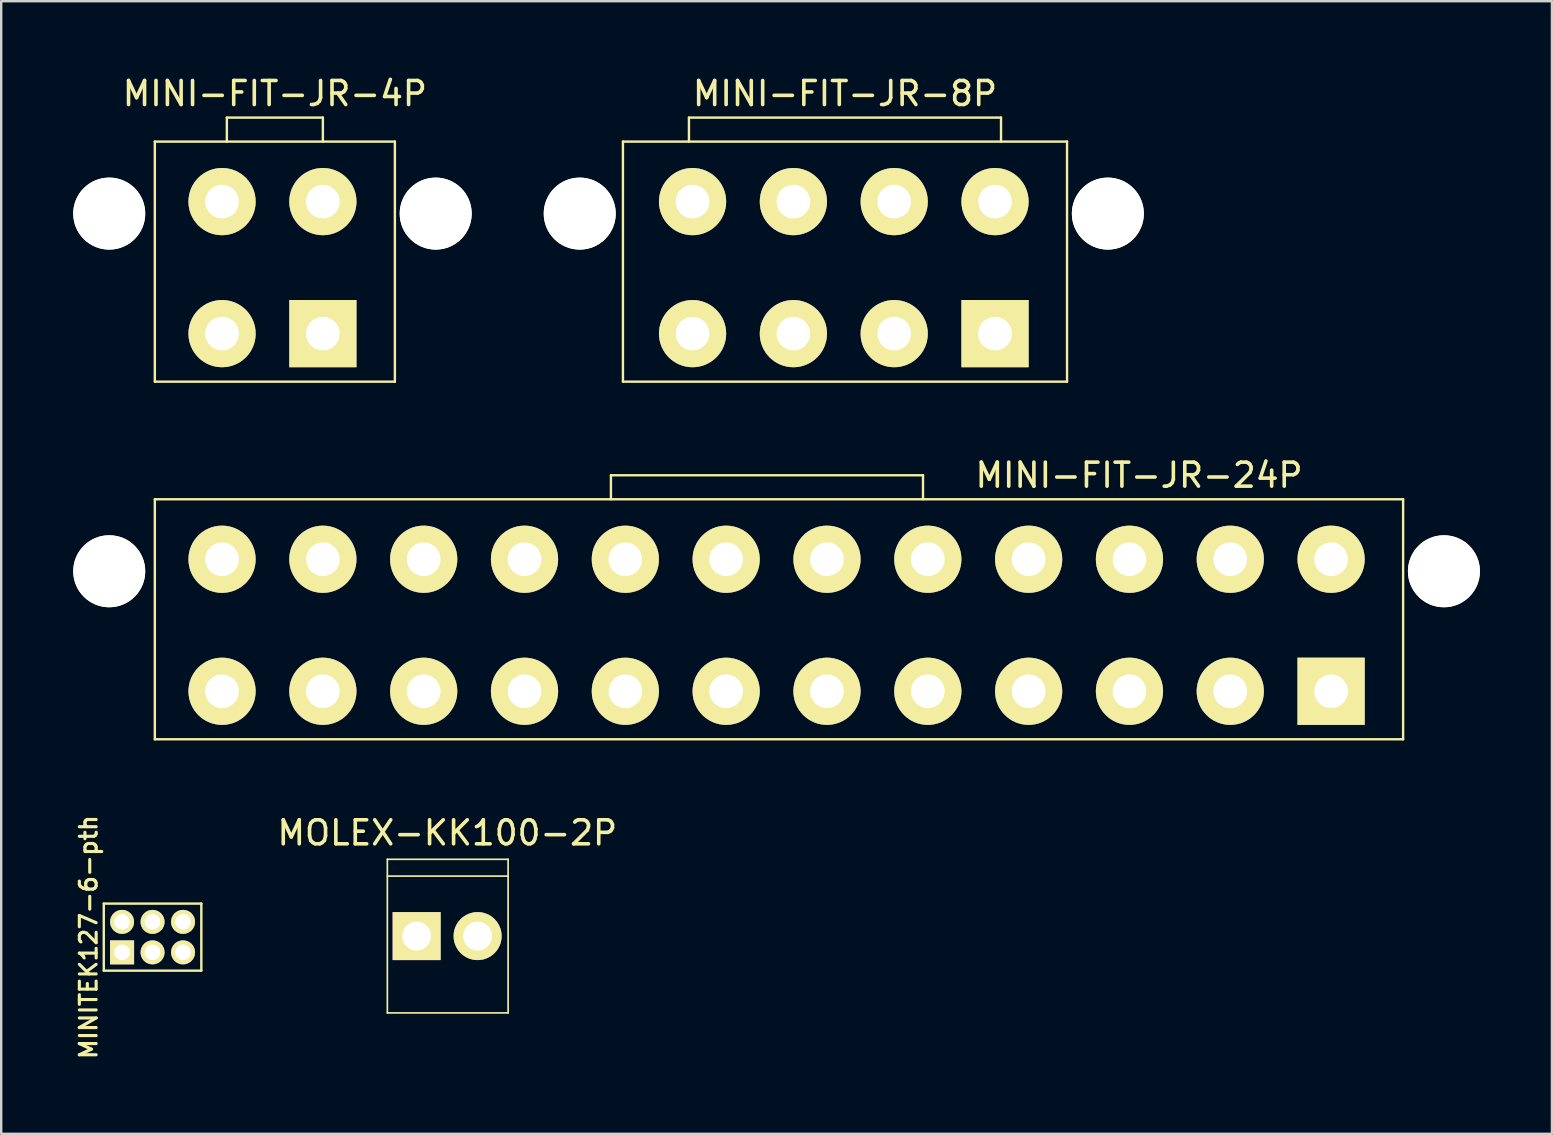
<source format=kicad_pcb>
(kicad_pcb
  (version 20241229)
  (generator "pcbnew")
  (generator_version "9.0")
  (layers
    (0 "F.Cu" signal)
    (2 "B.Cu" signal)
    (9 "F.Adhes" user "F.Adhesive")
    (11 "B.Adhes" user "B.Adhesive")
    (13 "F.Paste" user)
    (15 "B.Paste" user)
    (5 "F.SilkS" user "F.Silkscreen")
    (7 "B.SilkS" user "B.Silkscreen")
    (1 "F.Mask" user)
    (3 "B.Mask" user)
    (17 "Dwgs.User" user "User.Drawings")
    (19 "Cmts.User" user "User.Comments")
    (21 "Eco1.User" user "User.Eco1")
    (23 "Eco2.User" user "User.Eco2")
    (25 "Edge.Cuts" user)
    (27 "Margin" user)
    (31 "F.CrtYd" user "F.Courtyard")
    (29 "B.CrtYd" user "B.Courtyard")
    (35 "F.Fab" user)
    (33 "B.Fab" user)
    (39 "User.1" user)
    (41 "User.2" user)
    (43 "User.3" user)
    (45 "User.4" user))
  (footprint "MOLEX-KK100-2P"
    (layer "F.Cu")
    (at 15.583 35.945)
    (property "Reference" "MOLEX-KK100-2P" (at 0 -4.3 0) (layer "F.SilkS") (effects (font (size 1 1) (thickness 0.15))))
    (attr through_hole)
    (fp_line (start -2.497 -3.2) (end -2.497 3.2) (stroke (width 0.07) (type solid)) (layer "F.SilkS"))
    (fp_line (start -2.497 -3.2) (end 2.533 -3.2) (stroke (width 0.07) (type solid)) (layer "F.SilkS"))
    (fp_line (start -2.497 -2.5) (end 2.533 -2.5) (stroke (width 0.07) (type solid)) (layer "F.SilkS"))
    (fp_line (start -2.497 3.2) (end 2.533 3.2) (stroke (width 0.07) (type solid)) (layer "F.SilkS"))
    (fp_line (start 2.533 -3.2) (end 2.533 3.2) (stroke (width 0.07) (type solid)) (layer "F.SilkS"))
    (pad "1" thru_hole rect (at -1.277 0) (size 2 2) (drill 1.2) (layers "*.Cu" "*.Mask" "F.SilkS"))
    (pad "2" thru_hole circle (at 1.263 0) (size 2 2) (drill 1.2) (layers "*.Cu" "*.Mask" "F.SilkS")))
  (footprint "MINI-FIT-JR-24P"
    (layer "F.Cu")
    (at 52.4 25.747)
    (property "Reference" "MINI-FIT-JR-24P" (at -8 -9 0) (layer "F.SilkS") (effects (font (size 1 1) (thickness 0.15))))
    (attr through_hole)
    (fp_line (start -49 -8) (end 3 -8) (stroke (width 0.1) (type solid)) (layer "F.SilkS"))
    (fp_line (start -49 2) (end -49 -8) (stroke (width 0.1) (type solid)) (layer "F.SilkS"))
    (fp_line (start -30 -9) (end -30 -8) (stroke (width 0.1) (type solid)) (layer "F.SilkS"))
    (fp_line (start -17 -9) (end -30 -9) (stroke (width 0.1) (type solid)) (layer "F.SilkS"))
    (fp_line (start -17 -8) (end -17 -9) (stroke (width 0.1) (type solid)) (layer "F.SilkS"))
    (fp_line (start 3 -8) (end 3 2) (stroke (width 0.1) (type solid)) (layer "F.SilkS"))
    (fp_line (start 3 2) (end -49 2) (stroke (width 0.1) (type solid)) (layer "F.SilkS"))
    (pad "" np_thru_hole circle (at -50.9 -5) (size 3 3) (drill 3) (layers "*.Cu" "*.Mask" "F.SilkS"))
    (pad "" np_thru_hole circle (at 4.7 -5) (size 3 3) (drill 3) (layers "*.Cu" "*.Mask" "F.SilkS"))
    (pad "1" thru_hole rect (at 0 0) (size 2.8 2.8) (drill 1.4) (layers "*.Cu" "*.Mask" "F.SilkS"))
    (pad "2" thru_hole circle (at -4.2 0) (size 2.8 2.8) (drill 1.4) (layers "*.Cu" "*.Mask" "F.SilkS"))
    (pad "3" thru_hole circle (at -8.4 0) (size 2.8 2.8) (drill 1.4) (layers "*.Cu" "*.Mask" "F.SilkS"))
    (pad "4" thru_hole circle (at -12.6 0) (size 2.8 2.8) (drill 1.4) (layers "*.Cu" "*.Mask" "F.SilkS"))
    (pad "5" thru_hole circle (at -16.8 0) (size 2.8 2.8) (drill 1.4) (layers "*.Cu" "*.Mask" "F.SilkS"))
    (pad "6" thru_hole circle (at -21 0) (size 2.8 2.8) (drill 1.4) (layers "*.Cu" "*.Mask" "F.SilkS"))
    (pad "7" thru_hole circle (at -25.2 0) (size 2.8 2.8) (drill 1.4) (layers "*.Cu" "*.Mask" "F.SilkS"))
    (pad "8" thru_hole circle (at -29.4 0) (size 2.8 2.8) (drill 1.4) (layers "*.Cu" "*.Mask" "F.SilkS"))
    (pad "9" thru_hole circle (at -33.6 0) (size 2.8 2.8) (drill 1.4) (layers "*.Cu" "*.Mask" "F.SilkS"))
    (pad "10" thru_hole circle (at -37.8 0) (size 2.8 2.8) (drill 1.4) (layers "*.Cu" "*.Mask" "F.SilkS"))
    (pad "11" thru_hole circle (at -42 0) (size 2.8 2.8) (drill 1.4) (layers "*.Cu" "*.Mask" "F.SilkS"))
    (pad "12" thru_hole circle (at -46.2 0) (size 2.8 2.8) (drill 1.4) (layers "*.Cu" "*.Mask" "F.SilkS"))
    (pad "13" thru_hole circle (at 0 -5.5) (size 2.8 2.8) (drill 1.4) (layers "*.Cu" "*.Mask" "F.SilkS"))
    (pad "14" thru_hole circle (at -4.2 -5.5) (size 2.8 2.8) (drill 1.4) (layers "*.Cu" "*.Mask" "F.SilkS"))
    (pad "15" thru_hole circle (at -8.4 -5.5) (size 2.8 2.8) (drill 1.4) (layers "*.Cu" "*.Mask" "F.SilkS"))
    (pad "16" thru_hole circle (at -12.6 -5.5) (size 2.8 2.8) (drill 1.4) (layers "*.Cu" "*.Mask" "F.SilkS"))
    (pad "17" thru_hole circle (at -16.8 -5.5) (size 2.8 2.8) (drill 1.4) (layers "*.Cu" "*.Mask" "F.SilkS"))
    (pad "18" thru_hole circle (at -21 -5.5) (size 2.8 2.8) (drill 1.4) (layers "*.Cu" "*.Mask" "F.SilkS"))
    (pad "19" thru_hole circle (at -25.2 -5.5) (size 2.8 2.8) (drill 1.4) (layers "*.Cu" "*.Mask" "F.SilkS"))
    (pad "20" thru_hole circle (at -29.4 -5.5) (size 2.8 2.8) (drill 1.4) (layers "*.Cu" "*.Mask" "F.SilkS"))
    (pad "21" thru_hole circle (at -33.6 -5.5) (size 2.8 2.8) (drill 1.4) (layers "*.Cu" "*.Mask" "F.SilkS"))
    (pad "22" thru_hole circle (at -37.8 -5.5) (size 2.8 2.8) (drill 1.4) (layers "*.Cu" "*.Mask" "F.SilkS"))
    (pad "23" thru_hole circle (at -42 -5.5) (size 2.8 2.8) (drill 1.4) (layers "*.Cu" "*.Mask" "F.SilkS"))
    (pad "24" thru_hole circle (at -46.2 -5.5) (size 2.8 2.8) (drill 1.4) (layers "*.Cu" "*.Mask" "F.SilkS")))
  (footprint "MINITEK127-6-pth"
    (layer "F.Cu")
    (at 2.035 36.623)
    (property "Reference" "MINITEK127-6-pth" (at -1.397 -0.635 90) (layer "F.SilkS") (effects (font (size 0.7 0.7) (thickness 0.13))))
    (attr through_hole)
    (fp_line (start -0.762 -2.032) (end -0.762 0.762) (stroke (width 0.1) (type solid)) (layer "F.SilkS"))
    (fp_line (start -0.762 0.762) (end 3.302 0.762) (stroke (width 0.1) (type solid)) (layer "F.SilkS"))
    (fp_line (start 3.302 -2.032) (end -0.762 -2.032) (stroke (width 0.1) (type solid)) (layer "F.SilkS"))
    (fp_line (start 3.302 0.762) (end 3.302 -2.032) (stroke (width 0.1) (type solid)) (layer "F.SilkS"))
    (pad "1" thru_hole rect (at 0 0) (size 1 1) (drill 0.65) (layers "*.Cu" "*.Mask" "F.SilkS"))
    (pad "2" thru_hole circle (at 1.27 0) (size 1 1) (drill 0.65) (layers "*.Cu" "*.Mask" "F.SilkS"))
    (pad "3" thru_hole circle (at 2.54 0) (size 1 1) (drill 0.65) (layers "*.Cu" "*.Mask" "F.SilkS"))
    (pad "4" thru_hole circle (at 2.54 -1.27) (size 1 1) (drill 0.65) (layers "*.Cu" "*.Mask" "F.SilkS"))
    (pad "5" thru_hole circle (at 1.27 -1.27) (size 1 1) (drill 0.65) (layers "*.Cu" "*.Mask" "F.SilkS"))
    (pad "6" thru_hole circle (at 0 -1.27) (size 1 1) (drill 0.65) (layers "*.Cu" "*.Mask" "F.SilkS")))
  (footprint "MINI-FIT-JR-4P"
    (layer "F.Cu")
    (at 10.4 10.848)
    (property "Reference" "MINI-FIT-JR-4P" (at -2 -10 0) (layer "F.SilkS") (effects (font (size 1 1) (thickness 0.15))))
    (attr through_hole)
    (fp_line (start -7 -8) (end 3 -8) (stroke (width 0.1) (type solid)) (layer "F.SilkS"))
    (fp_line (start -7 2) (end -7 -8) (stroke (width 0.1) (type solid)) (layer "F.SilkS"))
    (fp_line (start -4 -9) (end -4 -8) (stroke (width 0.1) (type solid)) (layer "F.SilkS"))
    (fp_line (start 0 -9) (end -4 -9) (stroke (width 0.1) (type solid)) (layer "F.SilkS"))
    (fp_line (start 0 -8) (end 0 -9) (stroke (width 0.1) (type solid)) (layer "F.SilkS"))
    (fp_line (start 3 -8) (end 3 2) (stroke (width 0.1) (type solid)) (layer "F.SilkS"))
    (fp_line (start 3 2) (end -7 2) (stroke (width 0.1) (type solid)) (layer "F.SilkS"))
    (pad "" np_thru_hole circle (at -8.9 -5) (size 3 3) (drill 3) (layers "*.Cu" "*.Mask" "F.SilkS"))
    (pad "" np_thru_hole circle (at 4.7 -5) (size 3 3) (drill 3) (layers "*.Cu" "*.Mask" "F.SilkS"))
    (pad "1" thru_hole rect (at 0 0) (size 2.8 2.8) (drill 1.4) (layers "*.Cu" "*.Mask" "F.SilkS"))
    (pad "2" thru_hole circle (at -4.2 0) (size 2.8 2.8) (drill 1.4) (layers "*.Cu" "*.Mask" "F.SilkS"))
    (pad "3" thru_hole circle (at 0 -5.5) (size 2.8 2.8) (drill 1.4) (layers "*.Cu" "*.Mask" "F.SilkS"))
    (pad "4" thru_hole circle (at -4.2 -5.5) (size 2.8 2.8) (drill 1.4) (layers "*.Cu" "*.Mask" "F.SilkS")))
  (footprint "MINI-FIT-JR-8P"
    (layer "F.Cu")
    (at 38.4 10.848)
    (property "Reference" "MINI-FIT-JR-8P" (at -6.25 -10 0) (layer "F.SilkS") (effects (font (size 1 1) (thickness 0.15))))
    (attr through_hole)
    (fp_line (start -15.5 -8) (end 3 -8) (stroke (width 0.1) (type solid)) (layer "F.SilkS"))
    (fp_line (start -15.5 2) (end -15.5 -8) (stroke (width 0.1) (type solid)) (layer "F.SilkS"))
    (fp_line (start -12.75 -9) (end -12.75 -8) (stroke (width 0.1) (type solid)) (layer "F.SilkS"))
    (fp_line (start 0.25 -9) (end -12.75 -9) (stroke (width 0.1) (type solid)) (layer "F.SilkS"))
    (fp_line (start 0.25 -8) (end 0.25 -9) (stroke (width 0.1) (type solid)) (layer "F.SilkS"))
    (fp_line (start 3 -8) (end 3 2) (stroke (width 0.1) (type solid)) (layer "F.SilkS"))
    (fp_line (start 3 2) (end -15.5 2) (stroke (width 0.1) (type solid)) (layer "F.SilkS"))
    (pad "" np_thru_hole circle (at -17.3 -5) (size 3 3) (drill 3) (layers "*.Cu" "*.Mask" "F.SilkS"))
    (pad "" np_thru_hole circle (at 4.7 -5) (size 3 3) (drill 3) (layers "*.Cu" "*.Mask" "F.SilkS"))
    (pad "1" thru_hole rect (at 0 0) (size 2.8 2.8) (drill 1.4) (layers "*.Cu" "*.Mask" "F.SilkS"))
    (pad "2" thru_hole circle (at -4.2 0) (size 2.8 2.8) (drill 1.4) (layers "*.Cu" "*.Mask" "F.SilkS"))
    (pad "3" thru_hole circle (at -8.4 0) (size 2.8 2.8) (drill 1.4) (layers "*.Cu" "*.Mask" "F.SilkS"))
    (pad "4" thru_hole circle (at -12.6 0) (size 2.8 2.8) (drill 1.4) (layers "*.Cu" "*.Mask" "F.SilkS"))
    (pad "5" thru_hole circle (at 0 -5.5) (size 2.8 2.8) (drill 1.4) (layers "*.Cu" "*.Mask" "F.SilkS"))
    (pad "6" thru_hole circle (at -4.2 -5.5) (size 2.8 2.8) (drill 1.4) (layers "*.Cu" "*.Mask" "F.SilkS"))
    (pad "7" thru_hole circle (at -8.4 -5.5) (size 2.8 2.8) (drill 1.4) (layers "*.Cu" "*.Mask" "F.SilkS"))
    (pad "8" thru_hole circle (at -12.6 -5.5) (size 2.8 2.8) (drill 1.4) (layers "*.Cu" "*.Mask" "F.SilkS")))
  (gr_rect
    (start -3 -3)
    (end 61.6 44.18)
    (stroke (width 0.1) (type default))
    (fill no)
    (layer "Edge.Cuts")))
</source>
